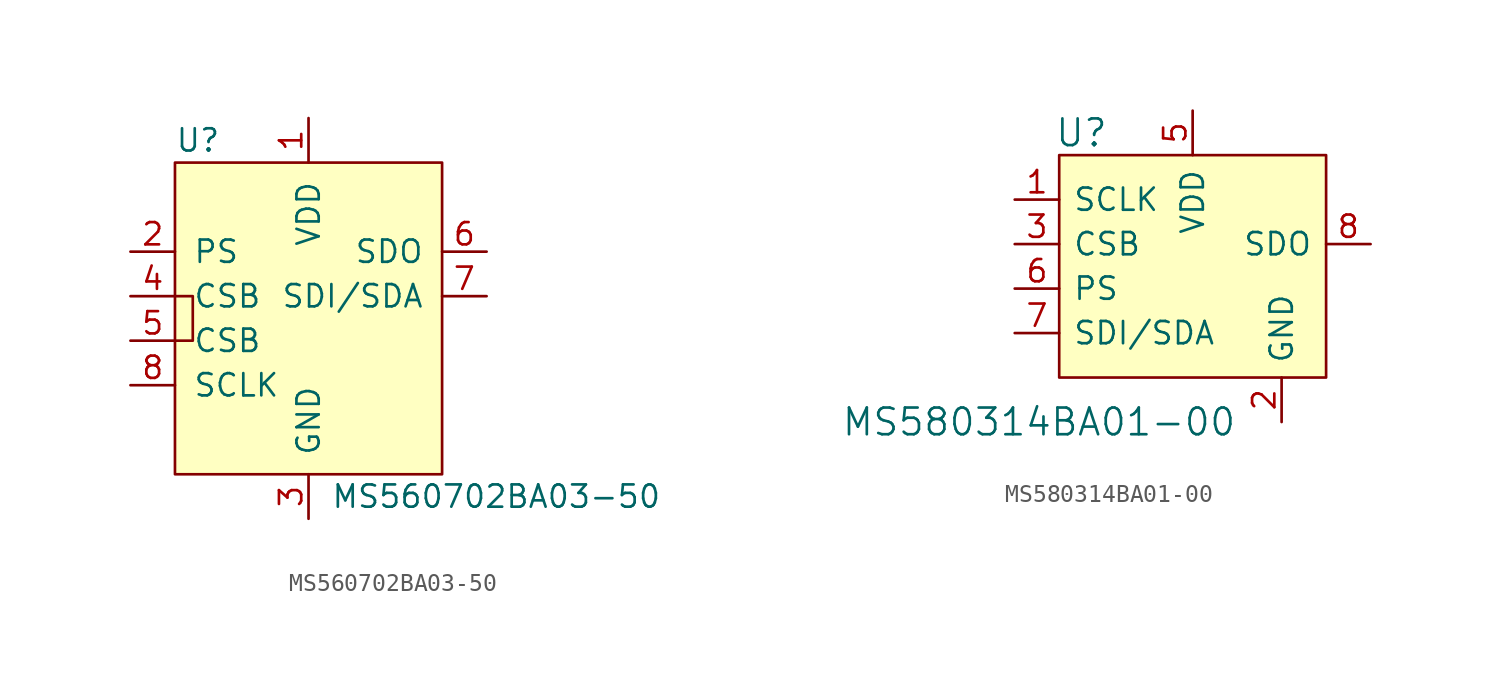
<source format=kicad_sym>
(kicad_symbol_lib
  (version 20220914)
  (generator kicad_symbol_editor)
  (symbol "MS560702BA03-50"
    (pin_names
      (offset 1.016))
    (property "Reference" "U"
      (at -7.62 8.89 0)
      (effects (font (size 1.27 1.27)) (justify left)))
    (property "Value" "MS560702BA03-50"
      (at 1.27 -11.43 0)
      (effects (font (size 1.27 1.27)) (justify left)))
    (symbol "MS560702BA03-50_0_1"
      (rectangle (start -7.62 7.62) (end 7.62 -10.16) (stroke (width 0) (type solid)) (fill (type background)))
      (polyline (pts (xy -7.62 0) (xy -6.604 0) (xy -6.604 -2.54) (xy -7.62 -2.54)) (stroke (width 0) (type solid)) (fill (type none))))
    (symbol "MS560702BA03-50_1_1"
      (pin power_in line (at 0 10.16 270) (length 2.54) (name "VDD" (effects (font (size 1.27 1.27)))) (number "1" (effects (font (size 1.27 1.27)))))
      (pin input line (at -10.16 2.54 0) (length 2.54) (name "PS" (effects (font (size 1.27 1.27)))) (number "2" (effects (font (size 1.27 1.27)))))
      (pin power_in line (at 0 -12.7 90) (length 2.54) (name "GND" (effects (font (size 1.27 1.27)))) (number "3" (effects (font (size 1.27 1.27)))))
      (pin input line (at -10.16 0 0) (length 2.54) (name "CSB" (effects (font (size 1.27 1.27)))) (number "4" (effects (font (size 1.27 1.27)))))
      (pin input line (at -10.16 -2.54 0) (length 2.54) (name "CSB" (effects (font (size 1.27 1.27)))) (number "5" (effects (font (size 1.27 1.27)))))
      (pin output line (at 10.16 2.54 180) (length 2.54) (name "SDO" (effects (font (size 1.27 1.27)))) (number "6" (effects (font (size 1.27 1.27)))))
      (pin bidirectional line (at 10.16 0 180) (length 2.54) (name "SDI/SDA" (effects (font (size 1.27 1.27)))) (number "7" (effects (font (size 1.27 1.27)))))
      (pin input line (at -10.16 -5.08 0) (length 2.54) (name "SCLK" (effects (font (size 1.27 1.27)))) (number "8" (effects (font (size 1.27 1.27)))))))
  (symbol "MS580314BA01-00"
    (pin_names
      (offset 0.762))
    (property "Reference" "U"
      (at -6.35 8.89 0)
      (effects (font (size 1.524 1.524))))
    (property "Value" "MS580314BA01-00"
      (at 2.54 -7.62 0)
      (effects (font (size 1.524 1.524)) (justify right)))
    (symbol "MS580314BA01-00_0_1"
      (rectangle (start -7.62 7.62) (end 7.62 -5.08) (stroke (width 0) (type solid)) (fill (type background))))
    (symbol "MS580314BA01-00_1_1"
      (pin input line (at -10.16 5.08 0) (length 2.54) (name "SCLK" (effects (font (size 1.27 1.27)))) (number "1" (effects (font (size 1.27 1.27)))))
      (pin power_in line (at 5.08 -7.62 90) (length 2.54) (name "GND" (effects (font (size 1.27 1.27)))) (number "2" (effects (font (size 1.27 1.27)))))
      (pin input line (at -10.16 2.54 0) (length 2.54) (name "CSB" (effects (font (size 1.27 1.27)))) (number "3" (effects (font (size 1.27 1.27)))))
      (pin no_connect line (at 7.62 0 180) (length 2.54) hide (name "NC" (effects (font (size 1.27 1.27)))) (number "4" (effects (font (size 1.27 1.27)))))
      (pin power_in line (at 0 10.16 270) (length 2.54) (name "VDD" (effects (font (size 1.27 1.27)))) (number "5" (effects (font (size 1.27 1.27)))))
      (pin input line (at -10.16 0 0) (length 2.54) (name "PS" (effects (font (size 1.27 1.27)))) (number "6" (effects (font (size 1.27 1.27)))))
      (pin input line (at -10.16 -2.54 0) (length 2.54) (name "SDI/SDA" (effects (font (size 1.27 1.27)))) (number "7" (effects (font (size 1.27 1.27)))))
      (pin output line (at 10.16 2.54 180) (length 2.54) (name "SDO" (effects (font (size 1.27 1.27)))) (number "8" (effects (font (size 1.27 1.27))))))))
</source>
